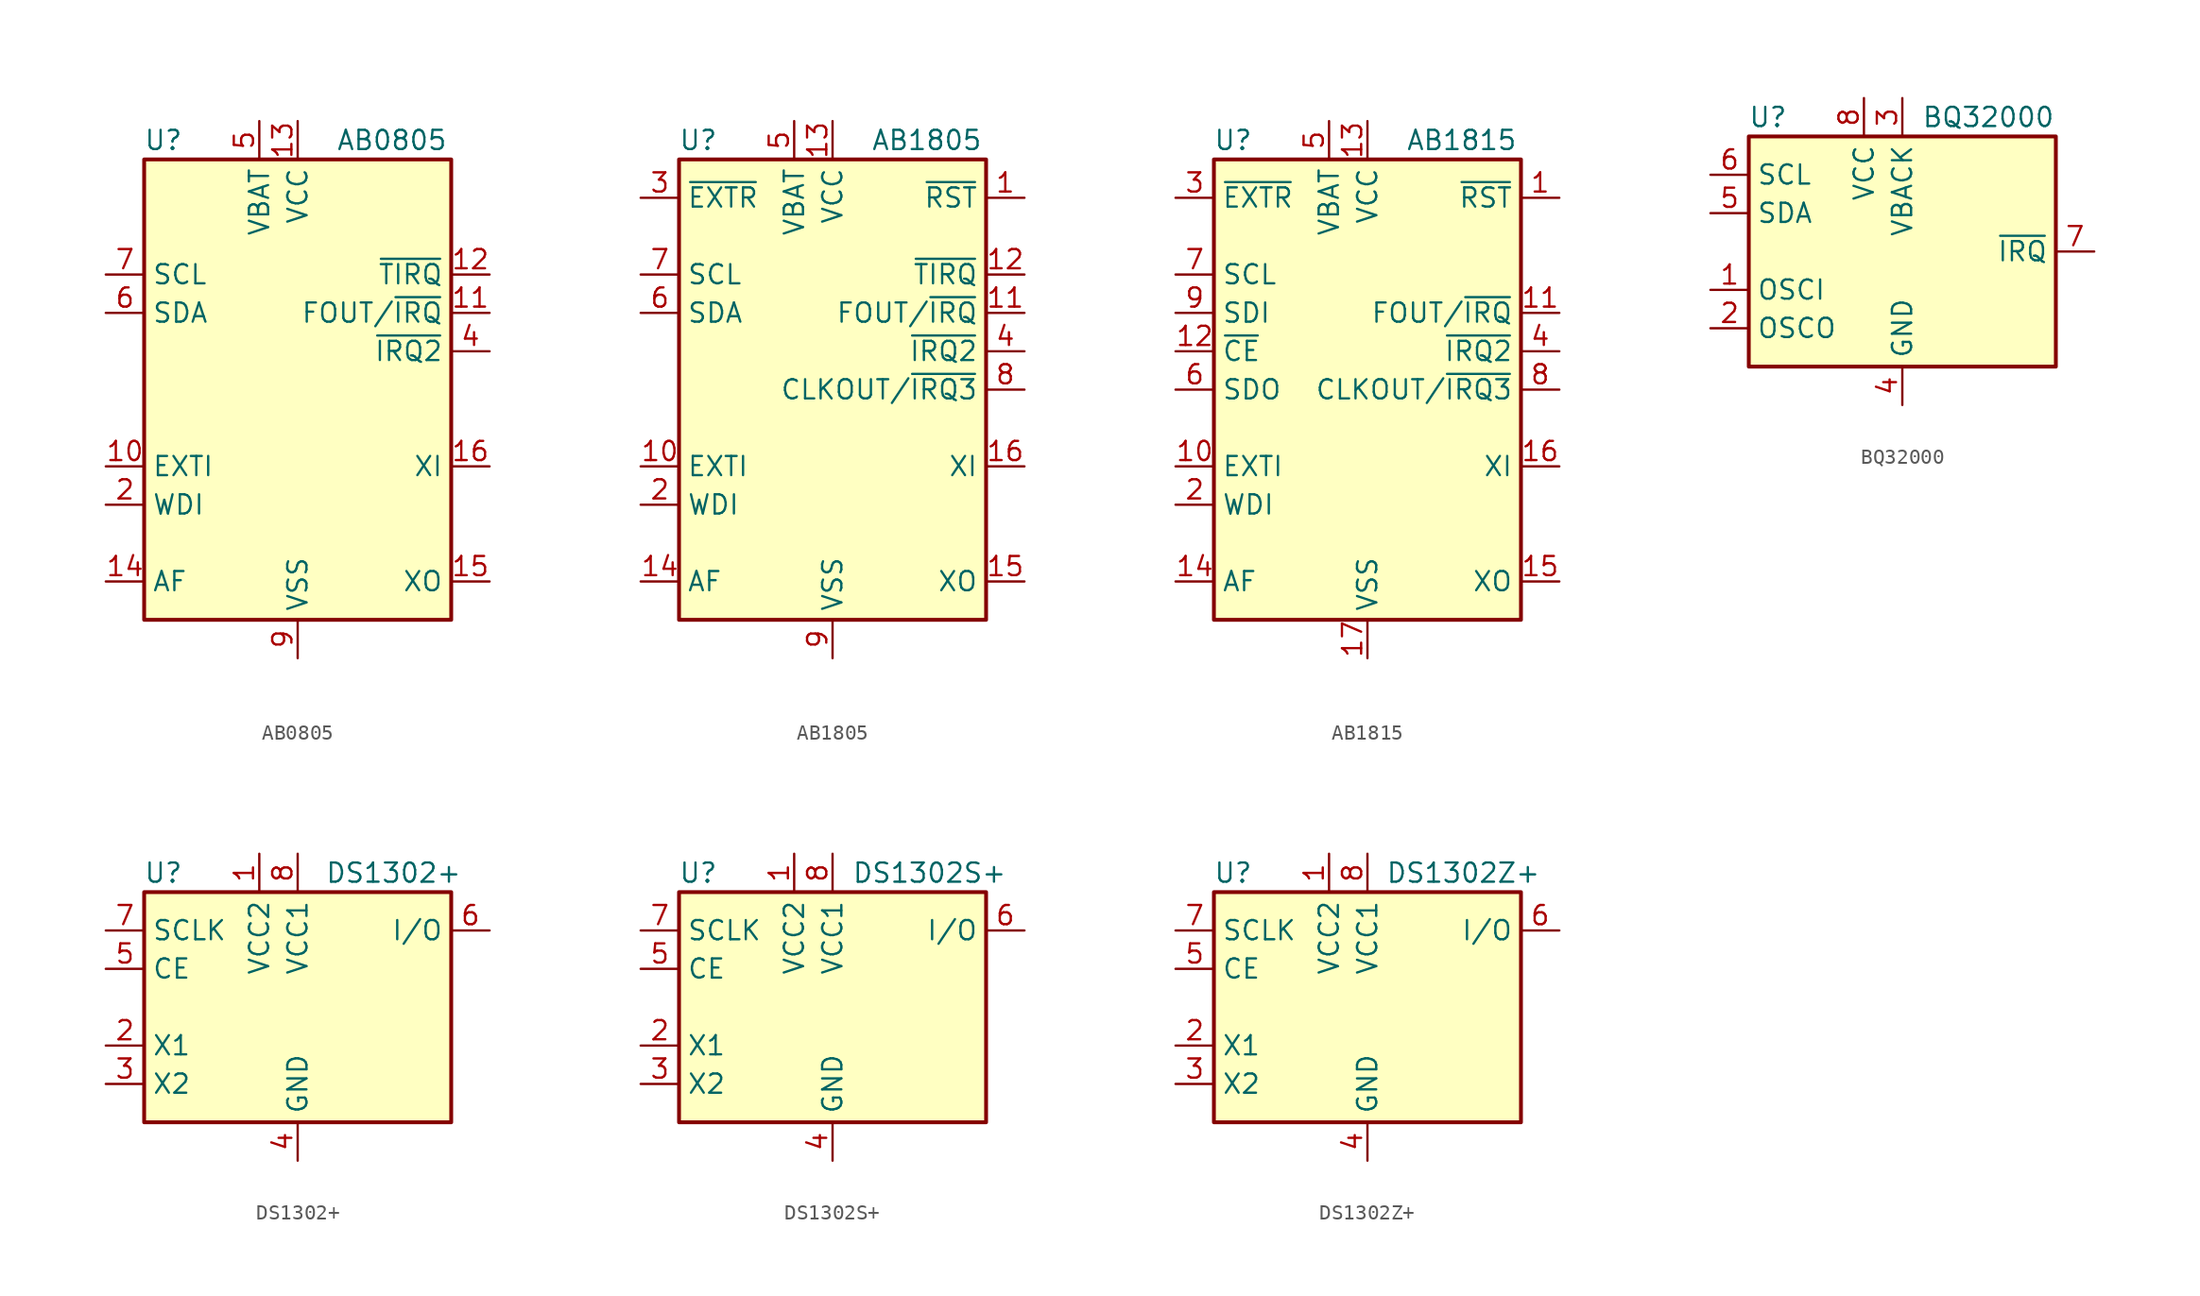
<source format=kicad_sym>
(kicad_symbol_lib
  (version 20241209)
  (generator "kicad_symbol_editor")
  (generator_version "9.0")
  (symbol "AB0805"
    (property "Reference" "U"
      (at -8.89 16.51 0)
      (effects (font (size 1.27 1.27))))
    (property "Value" "AB0805"
      (at 2.54 16.51 0)
      (effects (font (size 1.27 1.27)) (justify left)))
    (symbol "AB0805_0_1"
      (rectangle (start -10.16 15.24) (end 10.16 -15.24) (stroke (width 0.254) (type default)) (fill (type background))))
    (symbol "AB0805_1_1"
      (pin input line (at -12.7 7.62 0) (length 2.54) (name "SCL" (effects (font (size 1.27 1.27)))) (number "7" (effects (font (size 1.27 1.27)))))
      (pin bidirectional line (at -12.7 5.08 0) (length 2.54) (name "SDA" (effects (font (size 1.27 1.27)))) (number "6" (effects (font (size 1.27 1.27)))))
      (pin input line (at -12.7 -5.08 0) (length 2.54) (name "EXTI" (effects (font (size 1.27 1.27)))) (number "10" (effects (font (size 1.27 1.27)))))
      (pin input line (at -12.7 -7.62 0) (length 2.54) (name "WDI" (effects (font (size 1.27 1.27)))) (number "2" (effects (font (size 1.27 1.27)))))
      (pin passive line (at -12.7 -12.7 0) (length 2.54) (name "AF" (effects (font (size 1.27 1.27)))) (number "14" (effects (font (size 1.27 1.27)))))
      (pin no_connect line (at -10.16 -2.54 0) (length 2.54) (hide yes) (name "NC" (effects (font (size 1.27 1.27)))) (number "1" (effects (font (size 1.27 1.27)))))
      (pin no_connect line (at -10.16 -10.16 0) (length 2.54) (hide yes) (name "NC" (effects (font (size 1.27 1.27)))) (number "3" (effects (font (size 1.27 1.27)))))
      (pin power_in line (at -2.54 17.78 270) (length 2.54) (name "VBAT" (effects (font (size 1.27 1.27)))) (number "5" (effects (font (size 1.27 1.27)))))
      (pin power_in line (at 0 17.78 270) (length 2.54) (name "VCC" (effects (font (size 1.27 1.27)))) (number "13" (effects (font (size 1.27 1.27)))))
      (pin passive line (at 0 -17.78 90) (length 2.54) (hide yes) (name "VSS" (effects (font (size 1.27 1.27)))) (number "17" (effects (font (size 1.27 1.27)))))
      (pin power_in line (at 0 -17.78 90) (length 2.54) (name "VSS" (effects (font (size 1.27 1.27)))) (number "9" (effects (font (size 1.27 1.27)))))
      (pin no_connect line (at 10.16 0 180) (length 2.54) (hide yes) (name "NC" (effects (font (size 1.27 1.27)))) (number "8" (effects (font (size 1.27 1.27)))))
      (pin open_collector line (at 12.7 7.62 180) (length 2.54) (name "~{TIRQ}" (effects (font (size 1.27 1.27)))) (number "12" (effects (font (size 1.27 1.27)))))
      (pin open_collector line (at 12.7 5.08 180) (length 2.54) (name "FOUT/~{IRQ}" (effects (font (size 1.27 1.27)))) (number "11" (effects (font (size 1.27 1.27)))))
      (pin open_collector line (at 12.7 2.54 180) (length 2.54) (name "~{IRQ2}" (effects (font (size 1.27 1.27)))) (number "4" (effects (font (size 1.27 1.27)))))
      (pin input line (at 12.7 -5.08 180) (length 2.54) (name "XI" (effects (font (size 1.27 1.27)))) (number "16" (effects (font (size 1.27 1.27)))))
      (pin output line (at 12.7 -12.7 180) (length 2.54) (name "XO" (effects (font (size 1.27 1.27)))) (number "15" (effects (font (size 1.27 1.27)))))))
  (symbol "AB1805"
    (property "Reference" "U"
      (at -8.89 16.51 0)
      (effects (font (size 1.27 1.27))))
    (property "Value" "AB1805"
      (at 2.54 16.51 0)
      (effects (font (size 1.27 1.27)) (justify left)))
    (symbol "AB1805_0_1"
      (rectangle (start -10.16 15.24) (end 10.16 -15.24) (stroke (width 0.254) (type default)) (fill (type background))))
    (symbol "AB1805_1_1"
      (pin input line (at -12.7 12.7 0) (length 2.54) (name "~{EXTR}" (effects (font (size 1.27 1.27)))) (number "3" (effects (font (size 1.27 1.27)))))
      (pin input line (at -12.7 7.62 0) (length 2.54) (name "SCL" (effects (font (size 1.27 1.27)))) (number "7" (effects (font (size 1.27 1.27)))))
      (pin bidirectional line (at -12.7 5.08 0) (length 2.54) (name "SDA" (effects (font (size 1.27 1.27)))) (number "6" (effects (font (size 1.27 1.27)))))
      (pin input line (at -12.7 -5.08 0) (length 2.54) (name "EXTI" (effects (font (size 1.27 1.27)))) (number "10" (effects (font (size 1.27 1.27)))))
      (pin input line (at -12.7 -7.62 0) (length 2.54) (name "WDI" (effects (font (size 1.27 1.27)))) (number "2" (effects (font (size 1.27 1.27)))))
      (pin passive line (at -12.7 -12.7 0) (length 2.54) (name "AF" (effects (font (size 1.27 1.27)))) (number "14" (effects (font (size 1.27 1.27)))))
      (pin power_in line (at -2.54 17.78 270) (length 2.54) (name "VBAT" (effects (font (size 1.27 1.27)))) (number "5" (effects (font (size 1.27 1.27)))))
      (pin power_in line (at 0 17.78 270) (length 2.54) (name "VCC" (effects (font (size 1.27 1.27)))) (number "13" (effects (font (size 1.27 1.27)))))
      (pin passive line (at 0 -17.78 90) (length 2.54) (hide yes) (name "VSS" (effects (font (size 1.27 1.27)))) (number "17" (effects (font (size 1.27 1.27)))))
      (pin power_in line (at 0 -17.78 90) (length 2.54) (name "VSS" (effects (font (size 1.27 1.27)))) (number "9" (effects (font (size 1.27 1.27)))))
      (pin open_collector line (at 12.7 12.7 180) (length 2.54) (name "~{RST}" (effects (font (size 1.27 1.27)))) (number "1" (effects (font (size 1.27 1.27)))))
      (pin open_collector line (at 12.7 7.62 180) (length 2.54) (name "~{TIRQ}" (effects (font (size 1.27 1.27)))) (number "12" (effects (font (size 1.27 1.27)))))
      (pin open_collector line (at 12.7 5.08 180) (length 2.54) (name "FOUT/~{IRQ}" (effects (font (size 1.27 1.27)))) (number "11" (effects (font (size 1.27 1.27)))))
      (pin open_collector line (at 12.7 2.54 180) (length 2.54) (name "~{IRQ2}" (effects (font (size 1.27 1.27)))) (number "4" (effects (font (size 1.27 1.27)))))
      (pin output line (at 12.7 0 180) (length 2.54) (name "CLKOUT/~{IRQ3}" (effects (font (size 1.27 1.27)))) (number "8" (effects (font (size 1.27 1.27)))))
      (pin input line (at 12.7 -5.08 180) (length 2.54) (name "XI" (effects (font (size 1.27 1.27)))) (number "16" (effects (font (size 1.27 1.27)))))
      (pin output line (at 12.7 -12.7 180) (length 2.54) (name "XO" (effects (font (size 1.27 1.27)))) (number "15" (effects (font (size 1.27 1.27)))))))
  (symbol "AB1815"
    (property "Reference" "U"
      (at -8.89 16.51 0)
      (effects (font (size 1.27 1.27))))
    (property "Value" "AB1815"
      (at 2.54 16.51 0)
      (effects (font (size 1.27 1.27)) (justify left)))
    (symbol "AB1815_0_1"
      (rectangle (start -10.16 15.24) (end 10.16 -15.24) (stroke (width 0.254) (type default)) (fill (type background))))
    (symbol "AB1815_1_1"
      (pin input line (at -12.7 12.7 0) (length 2.54) (name "~{EXTR}" (effects (font (size 1.27 1.27)))) (number "3" (effects (font (size 1.27 1.27)))))
      (pin input line (at -12.7 7.62 0) (length 2.54) (name "SCL" (effects (font (size 1.27 1.27)))) (number "7" (effects (font (size 1.27 1.27)))))
      (pin input line (at -12.7 5.08 0) (length 2.54) (name "SDI" (effects (font (size 1.27 1.27)))) (number "9" (effects (font (size 1.27 1.27)))))
      (pin input line (at -12.7 2.54 0) (length 2.54) (name "~{CE}" (effects (font (size 1.27 1.27)))) (number "12" (effects (font (size 1.27 1.27)))))
      (pin output line (at -12.7 0 0) (length 2.54) (name "SDO" (effects (font (size 1.27 1.27)))) (number "6" (effects (font (size 1.27 1.27)))))
      (pin input line (at -12.7 -5.08 0) (length 2.54) (name "EXTI" (effects (font (size 1.27 1.27)))) (number "10" (effects (font (size 1.27 1.27)))))
      (pin input line (at -12.7 -7.62 0) (length 2.54) (name "WDI" (effects (font (size 1.27 1.27)))) (number "2" (effects (font (size 1.27 1.27)))))
      (pin passive line (at -12.7 -12.7 0) (length 2.54) (name "AF" (effects (font (size 1.27 1.27)))) (number "14" (effects (font (size 1.27 1.27)))))
      (pin power_in line (at -2.54 17.78 270) (length 2.54) (name "VBAT" (effects (font (size 1.27 1.27)))) (number "5" (effects (font (size 1.27 1.27)))))
      (pin power_in line (at 0 17.78 270) (length 2.54) (name "VCC" (effects (font (size 1.27 1.27)))) (number "13" (effects (font (size 1.27 1.27)))))
      (pin power_in line (at 0 -17.78 90) (length 2.54) (name "VSS" (effects (font (size 1.27 1.27)))) (number "17" (effects (font (size 1.27 1.27)))))
      (pin open_collector line (at 12.7 12.7 180) (length 2.54) (name "~{RST}" (effects (font (size 1.27 1.27)))) (number "1" (effects (font (size 1.27 1.27)))))
      (pin open_collector line (at 12.7 5.08 180) (length 2.54) (name "FOUT/~{IRQ}" (effects (font (size 1.27 1.27)))) (number "11" (effects (font (size 1.27 1.27)))))
      (pin open_collector line (at 12.7 2.54 180) (length 2.54) (name "~{IRQ2}" (effects (font (size 1.27 1.27)))) (number "4" (effects (font (size 1.27 1.27)))))
      (pin output line (at 12.7 0 180) (length 2.54) (name "CLKOUT/~{IRQ3}" (effects (font (size 1.27 1.27)))) (number "8" (effects (font (size 1.27 1.27)))))
      (pin input line (at 12.7 -5.08 180) (length 2.54) (name "XI" (effects (font (size 1.27 1.27)))) (number "16" (effects (font (size 1.27 1.27)))))
      (pin output line (at 12.7 -12.7 180) (length 2.54) (name "XO" (effects (font (size 1.27 1.27)))) (number "15" (effects (font (size 1.27 1.27)))))))
  (symbol "BQ32000"
    (property "Reference" "U"
      (at -8.89 8.89 0)
      (effects (font (size 1.27 1.27))))
    (property "Value" "BQ32000"
      (at 1.27 8.89 0)
      (effects (font (size 1.27 1.27)) (justify left)))
    (symbol "BQ32000_0_1"
      (rectangle (start -10.16 7.62) (end 10.16 -7.62) (stroke (width 0.254) (type default)) (fill (type background))))
    (symbol "BQ32000_1_1"
      (pin input line (at -12.7 5.08 0) (length 2.54) (name "SCL" (effects (font (size 1.27 1.27)))) (number "6" (effects (font (size 1.27 1.27)))))
      (pin bidirectional line (at -12.7 2.54 0) (length 2.54) (name "SDA" (effects (font (size 1.27 1.27)))) (number "5" (effects (font (size 1.27 1.27)))))
      (pin input line (at -12.7 -2.54 0) (length 2.54) (name "OSCI" (effects (font (size 1.27 1.27)))) (number "1" (effects (font (size 1.27 1.27)))))
      (pin input line (at -12.7 -5.08 0) (length 2.54) (name "OSCO" (effects (font (size 1.27 1.27)))) (number "2" (effects (font (size 1.27 1.27)))))
      (pin power_in line (at -2.54 10.16 270) (length 2.54) (name "VCC" (effects (font (size 1.27 1.27)))) (number "8" (effects (font (size 1.27 1.27)))))
      (pin power_in line (at 0 10.16 270) (length 2.54) (name "VBACK" (effects (font (size 1.27 1.27)))) (number "3" (effects (font (size 1.27 1.27)))))
      (pin power_in line (at 0 -10.16 90) (length 2.54) (name "GND" (effects (font (size 1.27 1.27)))) (number "4" (effects (font (size 1.27 1.27)))))
      (pin open_collector line (at 12.7 0 180) (length 2.54) (name "~{IRQ}" (effects (font (size 1.27 1.27)))) (number "7" (effects (font (size 1.27 1.27)))))))
  (symbol "DS1302+"
    (property "Reference" "U"
      (at -8.89 8.89 0)
      (effects (font (size 1.27 1.27))))
    (property "Value" "DS1302+"
      (at 6.35 8.89 0)
      (effects (font (size 1.27 1.27))))
    (symbol "DS1302+_1_1"
      (rectangle (start -10.16 7.62) (end 10.16 -7.62) (stroke (width 0.254) (type default)) (fill (type background)))
      (pin input line (at -12.7 5.08 0) (length 2.54) (name "SCLK" (effects (font (size 1.27 1.27)))) (number "7" (effects (font (size 1.27 1.27)))))
      (pin input line (at -12.7 2.54 0) (length 2.54) (name "CE" (effects (font (size 1.27 1.27)))) (number "5" (effects (font (size 1.27 1.27)))))
      (pin input line (at -12.7 -2.54 0) (length 2.54) (name "X1" (effects (font (size 1.27 1.27)))) (number "2" (effects (font (size 1.27 1.27)))))
      (pin input line (at -12.7 -5.08 0) (length 2.54) (name "X2" (effects (font (size 1.27 1.27)))) (number "3" (effects (font (size 1.27 1.27)))))
      (pin power_in line (at -2.54 10.16 270) (length 2.54) (name "VCC2" (effects (font (size 1.27 1.27)))) (number "1" (effects (font (size 1.27 1.27)))))
      (pin power_in line (at 0 10.16 270) (length 2.54) (name "VCC1" (effects (font (size 1.27 1.27)))) (number "8" (effects (font (size 1.27 1.27)))))
      (pin power_in line (at 0 -10.16 90) (length 2.54) (name "GND" (effects (font (size 1.27 1.27)))) (number "4" (effects (font (size 1.27 1.27)))))
      (pin bidirectional line (at 12.7 5.08 180) (length 2.54) (name "I/O" (effects (font (size 1.27 1.27)))) (number "6" (effects (font (size 1.27 1.27)))))))
  (symbol "DS1302S+"
    (property "Reference" "U"
      (at -8.89 8.89 0)
      (effects (font (size 1.27 1.27))))
    (property "Value" "DS1302S+"
      (at 1.27 8.89 0)
      (effects (font (size 1.27 1.27)) (justify left)))
    (symbol "DS1302S+_1_1"
      (rectangle (start -10.16 7.62) (end 10.16 -7.62) (stroke (width 0.254) (type default)) (fill (type background)))
      (pin input line (at -12.7 5.08 0) (length 2.54) (name "SCLK" (effects (font (size 1.27 1.27)))) (number "7" (effects (font (size 1.27 1.27)))))
      (pin input line (at -12.7 2.54 0) (length 2.54) (name "CE" (effects (font (size 1.27 1.27)))) (number "5" (effects (font (size 1.27 1.27)))))
      (pin input line (at -12.7 -2.54 0) (length 2.54) (name "X1" (effects (font (size 1.27 1.27)))) (number "2" (effects (font (size 1.27 1.27)))))
      (pin input line (at -12.7 -5.08 0) (length 2.54) (name "X2" (effects (font (size 1.27 1.27)))) (number "3" (effects (font (size 1.27 1.27)))))
      (pin power_in line (at -2.54 10.16 270) (length 2.54) (name "VCC2" (effects (font (size 1.27 1.27)))) (number "1" (effects (font (size 1.27 1.27)))))
      (pin power_in line (at 0 10.16 270) (length 2.54) (name "VCC1" (effects (font (size 1.27 1.27)))) (number "8" (effects (font (size 1.27 1.27)))))
      (pin power_in line (at 0 -10.16 90) (length 2.54) (name "GND" (effects (font (size 1.27 1.27)))) (number "4" (effects (font (size 1.27 1.27)))))
      (pin bidirectional line (at 12.7 5.08 180) (length 2.54) (name "I/O" (effects (font (size 1.27 1.27)))) (number "6" (effects (font (size 1.27 1.27)))))))
  (symbol "DS1302Z+"
    (property "Reference" "U"
      (at -8.89 8.89 0)
      (effects (font (size 1.27 1.27))))
    (property "Value" "DS1302Z+"
      (at 6.35 8.89 0)
      (effects (font (size 1.27 1.27))))
    (symbol "DS1302Z+_1_1"
      (rectangle (start -10.16 7.62) (end 10.16 -7.62) (stroke (width 0.254) (type default)) (fill (type background)))
      (pin input line (at -12.7 5.08 0) (length 2.54) (name "SCLK" (effects (font (size 1.27 1.27)))) (number "7" (effects (font (size 1.27 1.27)))))
      (pin input line (at -12.7 2.54 0) (length 2.54) (name "CE" (effects (font (size 1.27 1.27)))) (number "5" (effects (font (size 1.27 1.27)))))
      (pin input line (at -12.7 -2.54 0) (length 2.54) (name "X1" (effects (font (size 1.27 1.27)))) (number "2" (effects (font (size 1.27 1.27)))))
      (pin input line (at -12.7 -5.08 0) (length 2.54) (name "X2" (effects (font (size 1.27 1.27)))) (number "3" (effects (font (size 1.27 1.27)))))
      (pin power_in line (at -2.54 10.16 270) (length 2.54) (name "VCC2" (effects (font (size 1.27 1.27)))) (number "1" (effects (font (size 1.27 1.27)))))
      (pin power_in line (at 0 10.16 270) (length 2.54) (name "VCC1" (effects (font (size 1.27 1.27)))) (number "8" (effects (font (size 1.27 1.27)))))
      (pin power_in line (at 0 -10.16 90) (length 2.54) (name "GND" (effects (font (size 1.27 1.27)))) (number "4" (effects (font (size 1.27 1.27)))))
      (pin bidirectional line (at 12.7 5.08 180) (length 2.54) (name "I/O" (effects (font (size 1.27 1.27)))) (number "6" (effects (font (size 1.27 1.27))))))))
</source>
